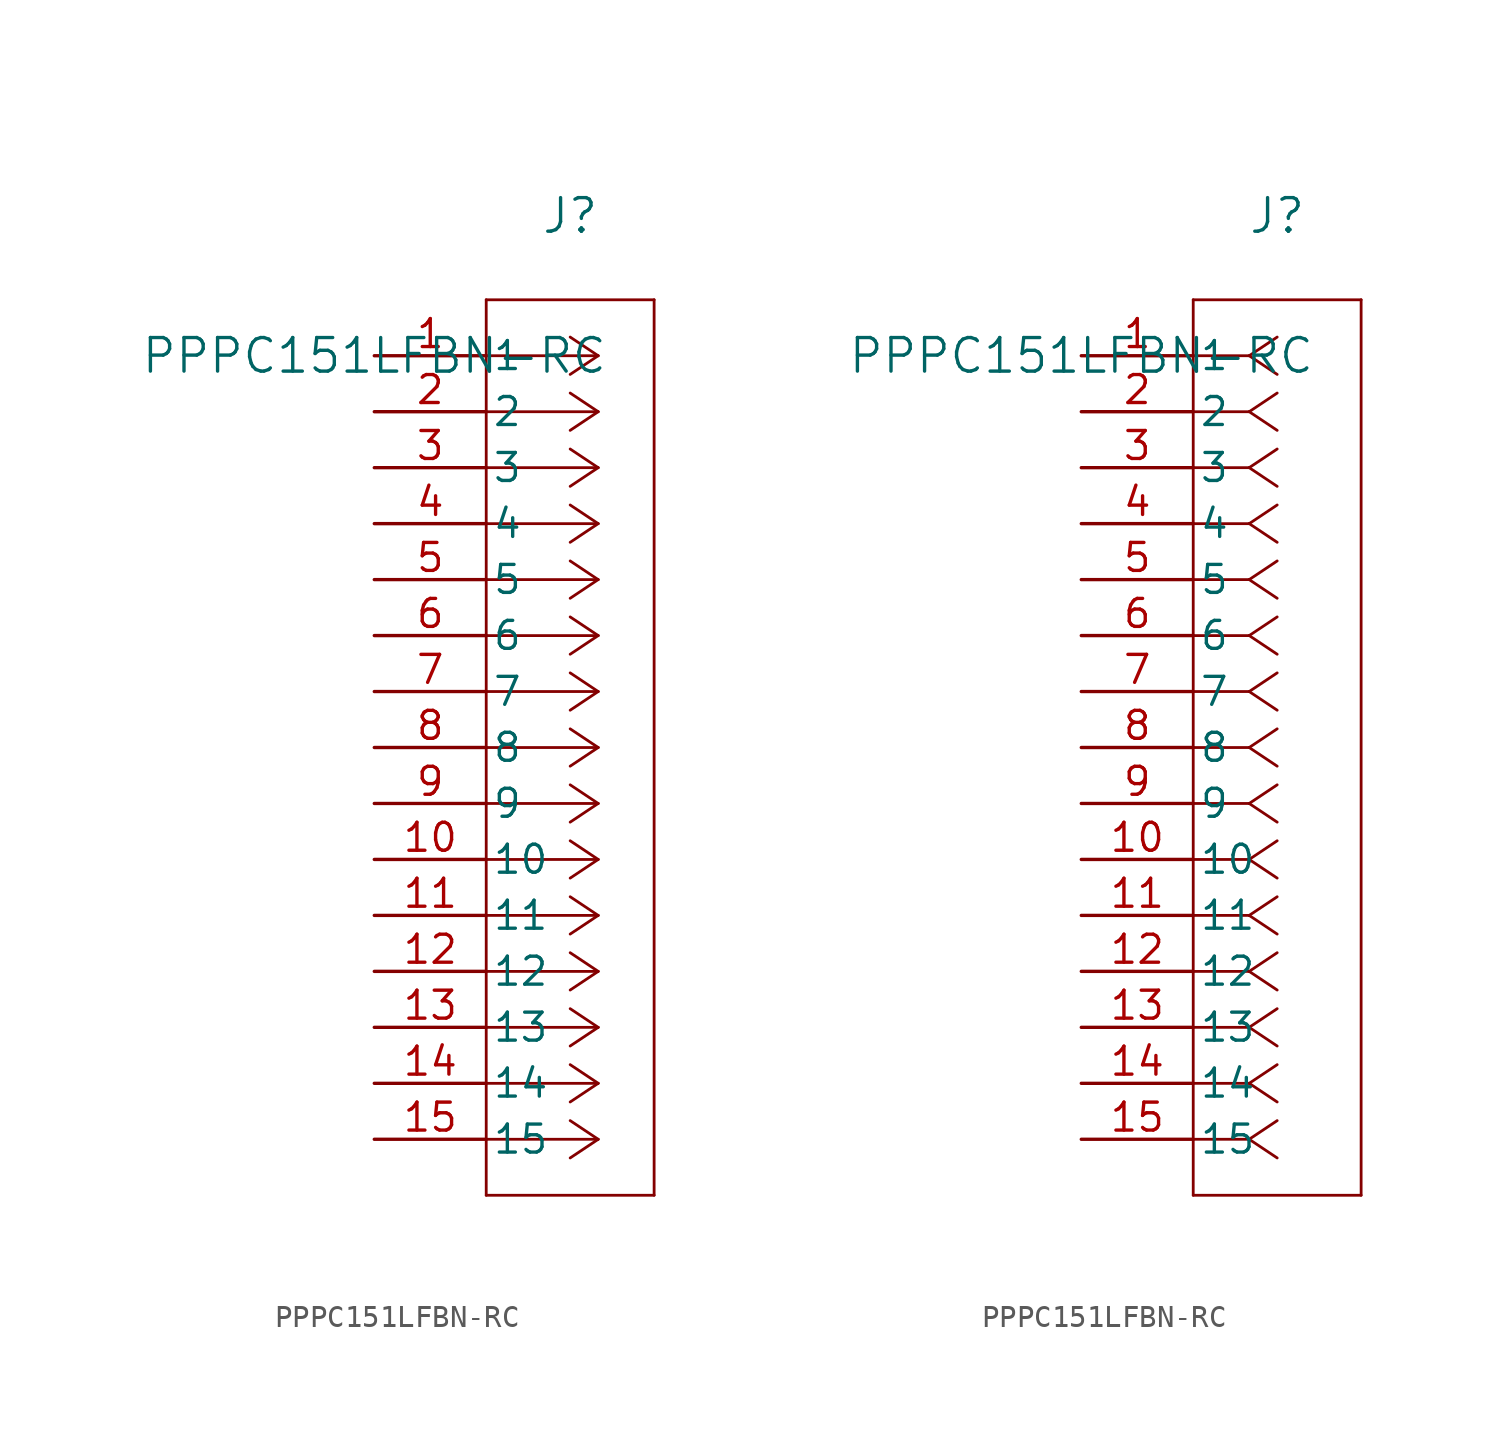
<source format=kicad_sym>
(kicad_symbol_lib
  (version 20211014)
  (generator kicad_symbol_editor)
  (symbol "PPPC151LFBN-RC"
    (pin_names
      (offset 0.254))
    (property "Reference" "J"
      (at 8.89 6.35 0)
      (effects (font (size 1.524 1.524))))
    (property "Value" "PPPC151LFBN-RC"
      (at 0 0 0)
      (effects (font (size 1.524 1.524))))
    (symbol "PPPC151LFBN-RC_1_1"
      (polyline (pts (xy 10.16 0) (xy 5.08 0)) (stroke (width 0.127) (type default) (color 0 0 0 0)) (fill (type none)))
      (polyline (pts (xy 10.16 -2.54) (xy 5.08 -2.54)) (stroke (width 0.127) (type default) (color 0 0 0 0)) (fill (type none)))
      (polyline (pts (xy 10.16 -5.08) (xy 5.08 -5.08)) (stroke (width 0.127) (type default) (color 0 0 0 0)) (fill (type none)))
      (polyline (pts (xy 10.16 -7.62) (xy 5.08 -7.62)) (stroke (width 0.127) (type default) (color 0 0 0 0)) (fill (type none)))
      (polyline (pts (xy 10.16 -10.16) (xy 5.08 -10.16)) (stroke (width 0.127) (type default) (color 0 0 0 0)) (fill (type none)))
      (polyline (pts (xy 10.16 -12.7) (xy 5.08 -12.7)) (stroke (width 0.127) (type default) (color 0 0 0 0)) (fill (type none)))
      (polyline (pts (xy 10.16 -15.24) (xy 5.08 -15.24)) (stroke (width 0.127) (type default) (color 0 0 0 0)) (fill (type none)))
      (polyline (pts (xy 10.16 -17.78) (xy 5.08 -17.78)) (stroke (width 0.127) (type default) (color 0 0 0 0)) (fill (type none)))
      (polyline (pts (xy 10.16 -20.32) (xy 5.08 -20.32)) (stroke (width 0.127) (type default) (color 0 0 0 0)) (fill (type none)))
      (polyline (pts (xy 10.16 -22.86) (xy 5.08 -22.86)) (stroke (width 0.127) (type default) (color 0 0 0 0)) (fill (type none)))
      (polyline (pts (xy 10.16 -25.4) (xy 5.08 -25.4)) (stroke (width 0.127) (type default) (color 0 0 0 0)) (fill (type none)))
      (polyline (pts (xy 10.16 -27.94) (xy 5.08 -27.94)) (stroke (width 0.127) (type default) (color 0 0 0 0)) (fill (type none)))
      (polyline (pts (xy 10.16 -30.48) (xy 5.08 -30.48)) (stroke (width 0.127) (type default) (color 0 0 0 0)) (fill (type none)))
      (polyline (pts (xy 10.16 -33.02) (xy 5.08 -33.02)) (stroke (width 0.127) (type default) (color 0 0 0 0)) (fill (type none)))
      (polyline (pts (xy 10.16 -35.56) (xy 5.08 -35.56)) (stroke (width 0.127) (type default) (color 0 0 0 0)) (fill (type none)))
      (polyline (pts (xy 10.16 0) (xy 8.89 0.847)) (stroke (width 0.127) (type default) (color 0 0 0 0)) (fill (type none)))
      (polyline (pts (xy 10.16 -2.54) (xy 8.89 -1.693)) (stroke (width 0.127) (type default) (color 0 0 0 0)) (fill (type none)))
      (polyline (pts (xy 10.16 -5.08) (xy 8.89 -4.233)) (stroke (width 0.127) (type default) (color 0 0 0 0)) (fill (type none)))
      (polyline (pts (xy 10.16 -7.62) (xy 8.89 -6.773)) (stroke (width 0.127) (type default) (color 0 0 0 0)) (fill (type none)))
      (polyline (pts (xy 10.16 -10.16) (xy 8.89 -9.313)) (stroke (width 0.127) (type default) (color 0 0 0 0)) (fill (type none)))
      (polyline (pts (xy 10.16 -12.7) (xy 8.89 -11.853)) (stroke (width 0.127) (type default) (color 0 0 0 0)) (fill (type none)))
      (polyline (pts (xy 10.16 -15.24) (xy 8.89 -14.393)) (stroke (width 0.127) (type default) (color 0 0 0 0)) (fill (type none)))
      (polyline (pts (xy 10.16 -17.78) (xy 8.89 -16.933)) (stroke (width 0.127) (type default) (color 0 0 0 0)) (fill (type none)))
      (polyline (pts (xy 10.16 -20.32) (xy 8.89 -19.473)) (stroke (width 0.127) (type default) (color 0 0 0 0)) (fill (type none)))
      (polyline (pts (xy 10.16 -22.86) (xy 8.89 -22.013)) (stroke (width 0.127) (type default) (color 0 0 0 0)) (fill (type none)))
      (polyline (pts (xy 10.16 -25.4) (xy 8.89 -24.553)) (stroke (width 0.127) (type default) (color 0 0 0 0)) (fill (type none)))
      (polyline (pts (xy 10.16 -27.94) (xy 8.89 -27.093)) (stroke (width 0.127) (type default) (color 0 0 0 0)) (fill (type none)))
      (polyline (pts (xy 10.16 -30.48) (xy 8.89 -29.633)) (stroke (width 0.127) (type default) (color 0 0 0 0)) (fill (type none)))
      (polyline (pts (xy 10.16 -33.02) (xy 8.89 -32.173)) (stroke (width 0.127) (type default) (color 0 0 0 0)) (fill (type none)))
      (polyline (pts (xy 10.16 -35.56) (xy 8.89 -34.713)) (stroke (width 0.127) (type default) (color 0 0 0 0)) (fill (type none)))
      (polyline (pts (xy 10.16 0) (xy 8.89 -0.847)) (stroke (width 0.127) (type default) (color 0 0 0 0)) (fill (type none)))
      (polyline (pts (xy 10.16 -2.54) (xy 8.89 -3.387)) (stroke (width 0.127) (type default) (color 0 0 0 0)) (fill (type none)))
      (polyline (pts (xy 10.16 -5.08) (xy 8.89 -5.927)) (stroke (width 0.127) (type default) (color 0 0 0 0)) (fill (type none)))
      (polyline (pts (xy 10.16 -7.62) (xy 8.89 -8.467)) (stroke (width 0.127) (type default) (color 0 0 0 0)) (fill (type none)))
      (polyline (pts (xy 10.16 -10.16) (xy 8.89 -11.007)) (stroke (width 0.127) (type default) (color 0 0 0 0)) (fill (type none)))
      (polyline (pts (xy 10.16 -12.7) (xy 8.89 -13.547)) (stroke (width 0.127) (type default) (color 0 0 0 0)) (fill (type none)))
      (polyline (pts (xy 10.16 -15.24) (xy 8.89 -16.087)) (stroke (width 0.127) (type default) (color 0 0 0 0)) (fill (type none)))
      (polyline (pts (xy 10.16 -17.78) (xy 8.89 -18.627)) (stroke (width 0.127) (type default) (color 0 0 0 0)) (fill (type none)))
      (polyline (pts (xy 10.16 -20.32) (xy 8.89 -21.167)) (stroke (width 0.127) (type default) (color 0 0 0 0)) (fill (type none)))
      (polyline (pts (xy 10.16 -22.86) (xy 8.89 -23.707)) (stroke (width 0.127) (type default) (color 0 0 0 0)) (fill (type none)))
      (polyline (pts (xy 10.16 -25.4) (xy 8.89 -26.247)) (stroke (width 0.127) (type default) (color 0 0 0 0)) (fill (type none)))
      (polyline (pts (xy 10.16 -27.94) (xy 8.89 -28.787)) (stroke (width 0.127) (type default) (color 0 0 0 0)) (fill (type none)))
      (polyline (pts (xy 10.16 -30.48) (xy 8.89 -31.327)) (stroke (width 0.127) (type default) (color 0 0 0 0)) (fill (type none)))
      (polyline (pts (xy 10.16 -33.02) (xy 8.89 -33.867)) (stroke (width 0.127) (type default) (color 0 0 0 0)) (fill (type none)))
      (polyline (pts (xy 10.16 -35.56) (xy 8.89 -36.407)) (stroke (width 0.127) (type default) (color 0 0 0 0)) (fill (type none)))
      (polyline (pts (xy 5.08 2.54) (xy 5.08 -38.1)) (stroke (width 0.127) (type default) (color 0 0 0 0)) (fill (type none)))
      (polyline (pts (xy 5.08 -38.1) (xy 12.7 -38.1)) (stroke (width 0.127) (type default) (color 0 0 0 0)) (fill (type none)))
      (polyline (pts (xy 12.7 -38.1) (xy 12.7 2.54)) (stroke (width 0.127) (type default) (color 0 0 0 0)) (fill (type none)))
      (polyline (pts (xy 12.7 2.54) (xy 5.08 2.54)) (stroke (width 0.127) (type default) (color 0 0 0 0)) (fill (type none)))
      (pin unspecified line (at 0 0 0) (length 5.08) (name "1" (effects (font (size 1.27 1.27)))) (number "1" (effects (font (size 1.27 1.27)))))
      (pin unspecified line (at 0 -2.54 0) (length 5.08) (name "2" (effects (font (size 1.27 1.27)))) (number "2" (effects (font (size 1.27 1.27)))))
      (pin unspecified line (at 0 -5.08 0) (length 5.08) (name "3" (effects (font (size 1.27 1.27)))) (number "3" (effects (font (size 1.27 1.27)))))
      (pin unspecified line (at 0 -7.62 0) (length 5.08) (name "4" (effects (font (size 1.27 1.27)))) (number "4" (effects (font (size 1.27 1.27)))))
      (pin unspecified line (at 0 -10.16 0) (length 5.08) (name "5" (effects (font (size 1.27 1.27)))) (number "5" (effects (font (size 1.27 1.27)))))
      (pin unspecified line (at 0 -12.7 0) (length 5.08) (name "6" (effects (font (size 1.27 1.27)))) (number "6" (effects (font (size 1.27 1.27)))))
      (pin unspecified line (at 0 -15.24 0) (length 5.08) (name "7" (effects (font (size 1.27 1.27)))) (number "7" (effects (font (size 1.27 1.27)))))
      (pin unspecified line (at 0 -17.78 0) (length 5.08) (name "8" (effects (font (size 1.27 1.27)))) (number "8" (effects (font (size 1.27 1.27)))))
      (pin unspecified line (at 0 -20.32 0) (length 5.08) (name "9" (effects (font (size 1.27 1.27)))) (number "9" (effects (font (size 1.27 1.27)))))
      (pin unspecified line (at 0 -22.86 0) (length 5.08) (name "10" (effects (font (size 1.27 1.27)))) (number "10" (effects (font (size 1.27 1.27)))))
      (pin unspecified line (at 0 -25.4 0) (length 5.08) (name "11" (effects (font (size 1.27 1.27)))) (number "11" (effects (font (size 1.27 1.27)))))
      (pin unspecified line (at 0 -27.94 0) (length 5.08) (name "12" (effects (font (size 1.27 1.27)))) (number "12" (effects (font (size 1.27 1.27)))))
      (pin unspecified line (at 0 -30.48 0) (length 5.08) (name "13" (effects (font (size 1.27 1.27)))) (number "13" (effects (font (size 1.27 1.27)))))
      (pin unspecified line (at 0 -33.02 0) (length 5.08) (name "14" (effects (font (size 1.27 1.27)))) (number "14" (effects (font (size 1.27 1.27)))))
      (pin unspecified line (at 0 -35.56 0) (length 5.08) (name "15" (effects (font (size 1.27 1.27)))) (number "15" (effects (font (size 1.27 1.27))))))
    (symbol "PPPC151LFBN-RC_1_2"
      (polyline (pts (xy 7.62 0) (xy 5.08 0)) (stroke (width 0.127) (type default) (color 0 0 0 0)) (fill (type none)))
      (polyline (pts (xy 7.62 -2.54) (xy 5.08 -2.54)) (stroke (width 0.127) (type default) (color 0 0 0 0)) (fill (type none)))
      (polyline (pts (xy 7.62 -5.08) (xy 5.08 -5.08)) (stroke (width 0.127) (type default) (color 0 0 0 0)) (fill (type none)))
      (polyline (pts (xy 7.62 -7.62) (xy 5.08 -7.62)) (stroke (width 0.127) (type default) (color 0 0 0 0)) (fill (type none)))
      (polyline (pts (xy 7.62 -10.16) (xy 5.08 -10.16)) (stroke (width 0.127) (type default) (color 0 0 0 0)) (fill (type none)))
      (polyline (pts (xy 7.62 -12.7) (xy 5.08 -12.7)) (stroke (width 0.127) (type default) (color 0 0 0 0)) (fill (type none)))
      (polyline (pts (xy 7.62 -15.24) (xy 5.08 -15.24)) (stroke (width 0.127) (type default) (color 0 0 0 0)) (fill (type none)))
      (polyline (pts (xy 7.62 -17.78) (xy 5.08 -17.78)) (stroke (width 0.127) (type default) (color 0 0 0 0)) (fill (type none)))
      (polyline (pts (xy 7.62 -20.32) (xy 5.08 -20.32)) (stroke (width 0.127) (type default) (color 0 0 0 0)) (fill (type none)))
      (polyline (pts (xy 7.62 -22.86) (xy 5.08 -22.86)) (stroke (width 0.127) (type default) (color 0 0 0 0)) (fill (type none)))
      (polyline (pts (xy 7.62 -25.4) (xy 5.08 -25.4)) (stroke (width 0.127) (type default) (color 0 0 0 0)) (fill (type none)))
      (polyline (pts (xy 7.62 -27.94) (xy 5.08 -27.94)) (stroke (width 0.127) (type default) (color 0 0 0 0)) (fill (type none)))
      (polyline (pts (xy 7.62 -30.48) (xy 5.08 -30.48)) (stroke (width 0.127) (type default) (color 0 0 0 0)) (fill (type none)))
      (polyline (pts (xy 7.62 -33.02) (xy 5.08 -33.02)) (stroke (width 0.127) (type default) (color 0 0 0 0)) (fill (type none)))
      (polyline (pts (xy 7.62 -35.56) (xy 5.08 -35.56)) (stroke (width 0.127) (type default) (color 0 0 0 0)) (fill (type none)))
      (polyline (pts (xy 7.62 0) (xy 8.89 0.847)) (stroke (width 0.127) (type default) (color 0 0 0 0)) (fill (type none)))
      (polyline (pts (xy 7.62 -2.54) (xy 8.89 -1.693)) (stroke (width 0.127) (type default) (color 0 0 0 0)) (fill (type none)))
      (polyline (pts (xy 7.62 -5.08) (xy 8.89 -4.233)) (stroke (width 0.127) (type default) (color 0 0 0 0)) (fill (type none)))
      (polyline (pts (xy 7.62 -7.62) (xy 8.89 -6.773)) (stroke (width 0.127) (type default) (color 0 0 0 0)) (fill (type none)))
      (polyline (pts (xy 7.62 -10.16) (xy 8.89 -9.313)) (stroke (width 0.127) (type default) (color 0 0 0 0)) (fill (type none)))
      (polyline (pts (xy 7.62 -12.7) (xy 8.89 -11.853)) (stroke (width 0.127) (type default) (color 0 0 0 0)) (fill (type none)))
      (polyline (pts (xy 7.62 -15.24) (xy 8.89 -14.393)) (stroke (width 0.127) (type default) (color 0 0 0 0)) (fill (type none)))
      (polyline (pts (xy 7.62 -17.78) (xy 8.89 -16.933)) (stroke (width 0.127) (type default) (color 0 0 0 0)) (fill (type none)))
      (polyline (pts (xy 7.62 -20.32) (xy 8.89 -19.473)) (stroke (width 0.127) (type default) (color 0 0 0 0)) (fill (type none)))
      (polyline (pts (xy 7.62 -22.86) (xy 8.89 -22.013)) (stroke (width 0.127) (type default) (color 0 0 0 0)) (fill (type none)))
      (polyline (pts (xy 7.62 -25.4) (xy 8.89 -24.553)) (stroke (width 0.127) (type default) (color 0 0 0 0)) (fill (type none)))
      (polyline (pts (xy 7.62 -27.94) (xy 8.89 -27.093)) (stroke (width 0.127) (type default) (color 0 0 0 0)) (fill (type none)))
      (polyline (pts (xy 7.62 -30.48) (xy 8.89 -29.633)) (stroke (width 0.127) (type default) (color 0 0 0 0)) (fill (type none)))
      (polyline (pts (xy 7.62 -33.02) (xy 8.89 -32.173)) (stroke (width 0.127) (type default) (color 0 0 0 0)) (fill (type none)))
      (polyline (pts (xy 7.62 -35.56) (xy 8.89 -34.713)) (stroke (width 0.127) (type default) (color 0 0 0 0)) (fill (type none)))
      (polyline (pts (xy 7.62 0) (xy 8.89 -0.847)) (stroke (width 0.127) (type default) (color 0 0 0 0)) (fill (type none)))
      (polyline (pts (xy 7.62 -2.54) (xy 8.89 -3.387)) (stroke (width 0.127) (type default) (color 0 0 0 0)) (fill (type none)))
      (polyline (pts (xy 7.62 -5.08) (xy 8.89 -5.927)) (stroke (width 0.127) (type default) (color 0 0 0 0)) (fill (type none)))
      (polyline (pts (xy 7.62 -7.62) (xy 8.89 -8.467)) (stroke (width 0.127) (type default) (color 0 0 0 0)) (fill (type none)))
      (polyline (pts (xy 7.62 -10.16) (xy 8.89 -11.007)) (stroke (width 0.127) (type default) (color 0 0 0 0)) (fill (type none)))
      (polyline (pts (xy 7.62 -12.7) (xy 8.89 -13.547)) (stroke (width 0.127) (type default) (color 0 0 0 0)) (fill (type none)))
      (polyline (pts (xy 7.62 -15.24) (xy 8.89 -16.087)) (stroke (width 0.127) (type default) (color 0 0 0 0)) (fill (type none)))
      (polyline (pts (xy 7.62 -17.78) (xy 8.89 -18.627)) (stroke (width 0.127) (type default) (color 0 0 0 0)) (fill (type none)))
      (polyline (pts (xy 7.62 -20.32) (xy 8.89 -21.167)) (stroke (width 0.127) (type default) (color 0 0 0 0)) (fill (type none)))
      (polyline (pts (xy 7.62 -22.86) (xy 8.89 -23.707)) (stroke (width 0.127) (type default) (color 0 0 0 0)) (fill (type none)))
      (polyline (pts (xy 7.62 -25.4) (xy 8.89 -26.247)) (stroke (width 0.127) (type default) (color 0 0 0 0)) (fill (type none)))
      (polyline (pts (xy 7.62 -27.94) (xy 8.89 -28.787)) (stroke (width 0.127) (type default) (color 0 0 0 0)) (fill (type none)))
      (polyline (pts (xy 7.62 -30.48) (xy 8.89 -31.327)) (stroke (width 0.127) (type default) (color 0 0 0 0)) (fill (type none)))
      (polyline (pts (xy 7.62 -33.02) (xy 8.89 -33.867)) (stroke (width 0.127) (type default) (color 0 0 0 0)) (fill (type none)))
      (polyline (pts (xy 7.62 -35.56) (xy 8.89 -36.407)) (stroke (width 0.127) (type default) (color 0 0 0 0)) (fill (type none)))
      (polyline (pts (xy 5.08 2.54) (xy 5.08 -38.1)) (stroke (width 0.127) (type default) (color 0 0 0 0)) (fill (type none)))
      (polyline (pts (xy 5.08 -38.1) (xy 12.7 -38.1)) (stroke (width 0.127) (type default) (color 0 0 0 0)) (fill (type none)))
      (polyline (pts (xy 12.7 -38.1) (xy 12.7 2.54)) (stroke (width 0.127) (type default) (color 0 0 0 0)) (fill (type none)))
      (polyline (pts (xy 12.7 2.54) (xy 5.08 2.54)) (stroke (width 0.127) (type default) (color 0 0 0 0)) (fill (type none)))
      (pin unspecified line (at 0 0 0) (length 5.08) (name "1" (effects (font (size 1.27 1.27)))) (number "1" (effects (font (size 1.27 1.27)))))
      (pin unspecified line (at 0 -2.54 0) (length 5.08) (name "2" (effects (font (size 1.27 1.27)))) (number "2" (effects (font (size 1.27 1.27)))))
      (pin unspecified line (at 0 -5.08 0) (length 5.08) (name "3" (effects (font (size 1.27 1.27)))) (number "3" (effects (font (size 1.27 1.27)))))
      (pin unspecified line (at 0 -7.62 0) (length 5.08) (name "4" (effects (font (size 1.27 1.27)))) (number "4" (effects (font (size 1.27 1.27)))))
      (pin unspecified line (at 0 -10.16 0) (length 5.08) (name "5" (effects (font (size 1.27 1.27)))) (number "5" (effects (font (size 1.27 1.27)))))
      (pin unspecified line (at 0 -12.7 0) (length 5.08) (name "6" (effects (font (size 1.27 1.27)))) (number "6" (effects (font (size 1.27 1.27)))))
      (pin unspecified line (at 0 -15.24 0) (length 5.08) (name "7" (effects (font (size 1.27 1.27)))) (number "7" (effects (font (size 1.27 1.27)))))
      (pin unspecified line (at 0 -17.78 0) (length 5.08) (name "8" (effects (font (size 1.27 1.27)))) (number "8" (effects (font (size 1.27 1.27)))))
      (pin unspecified line (at 0 -20.32 0) (length 5.08) (name "9" (effects (font (size 1.27 1.27)))) (number "9" (effects (font (size 1.27 1.27)))))
      (pin unspecified line (at 0 -22.86 0) (length 5.08) (name "10" (effects (font (size 1.27 1.27)))) (number "10" (effects (font (size 1.27 1.27)))))
      (pin unspecified line (at 0 -25.4 0) (length 5.08) (name "11" (effects (font (size 1.27 1.27)))) (number "11" (effects (font (size 1.27 1.27)))))
      (pin unspecified line (at 0 -27.94 0) (length 5.08) (name "12" (effects (font (size 1.27 1.27)))) (number "12" (effects (font (size 1.27 1.27)))))
      (pin unspecified line (at 0 -30.48 0) (length 5.08) (name "13" (effects (font (size 1.27 1.27)))) (number "13" (effects (font (size 1.27 1.27)))))
      (pin unspecified line (at 0 -33.02 0) (length 5.08) (name "14" (effects (font (size 1.27 1.27)))) (number "14" (effects (font (size 1.27 1.27)))))
      (pin unspecified line (at 0 -35.56 0) (length 5.08) (name "15" (effects (font (size 1.27 1.27)))) (number "15" (effects (font (size 1.27 1.27))))))))
</source>
